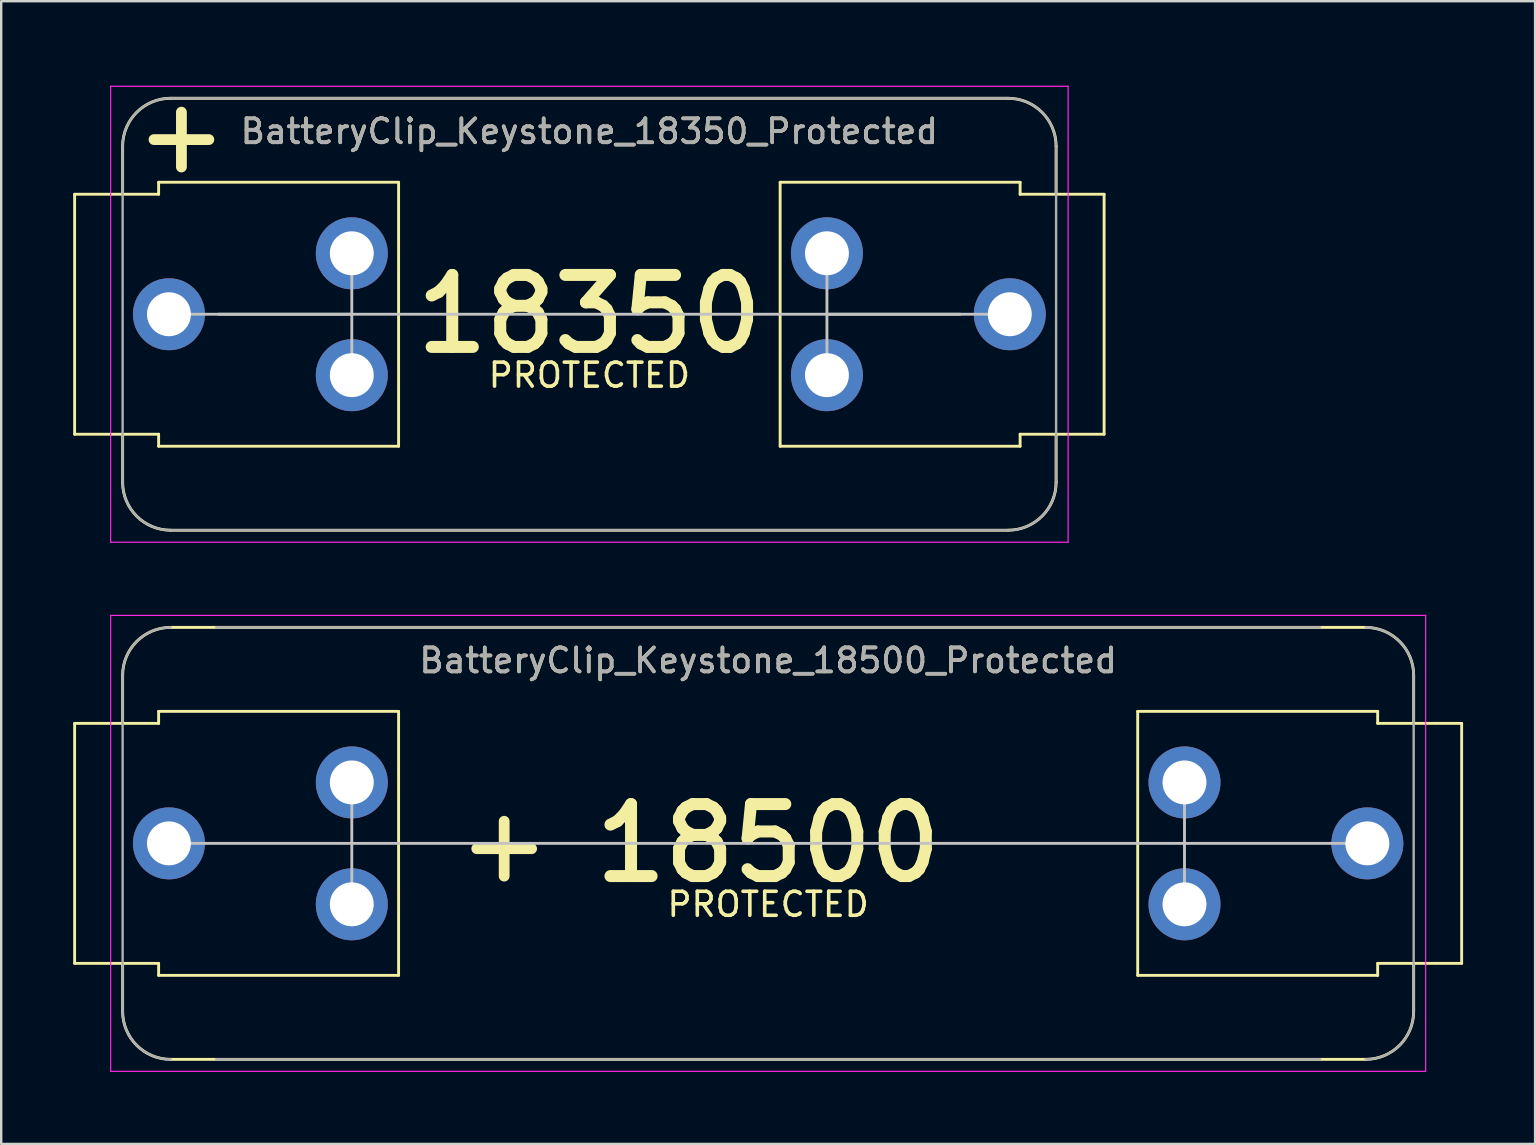
<source format=kicad_pcb>
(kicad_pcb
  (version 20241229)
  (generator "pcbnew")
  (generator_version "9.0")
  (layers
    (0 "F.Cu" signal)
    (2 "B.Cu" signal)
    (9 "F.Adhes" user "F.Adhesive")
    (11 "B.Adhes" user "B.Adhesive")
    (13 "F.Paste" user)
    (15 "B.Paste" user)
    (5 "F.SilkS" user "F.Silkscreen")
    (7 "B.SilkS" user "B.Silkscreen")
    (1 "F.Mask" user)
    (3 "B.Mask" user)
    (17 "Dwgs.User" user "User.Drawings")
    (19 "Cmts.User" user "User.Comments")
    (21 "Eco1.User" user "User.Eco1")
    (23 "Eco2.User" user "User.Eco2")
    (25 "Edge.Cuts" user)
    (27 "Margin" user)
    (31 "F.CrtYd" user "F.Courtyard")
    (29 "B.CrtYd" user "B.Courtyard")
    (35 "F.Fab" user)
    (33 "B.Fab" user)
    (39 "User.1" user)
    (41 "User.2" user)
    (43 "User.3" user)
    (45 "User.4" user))
  (footprint "BatteryClip_Keystone_18350_Protected"
    (layer "F.Cu")
    (at 21.51 10.045)
    (property "Reference" "BatteryClip_Keystone_18350_Protected" (at 0 -7.62 0) (unlocked yes) (layer "F.SilkS") (effects (font (size 1 1) (thickness 0.15))))
    (attr through_hole)
    (fp_line (start -21.45 -5) (end -17.95 -5) (stroke (width 0.12) (type solid)) (layer "F.SilkS"))
    (fp_line (start -21.45 5) (end -21.45 -5) (stroke (width 0.12) (type solid)) (layer "F.SilkS"))
    (fp_line (start -21.45 5) (end -17.95 5) (stroke (width 0.12) (type solid)) (layer "F.SilkS"))
    (fp_line (start -19.45 -5) (end -19.45 -7) (stroke (width 0.12) (type solid)) (layer "F.SilkS"))
    (fp_line (start -19.45 5) (end -19.45 7) (stroke (width 0.12) (type solid)) (layer "F.SilkS"))
    (fp_line (start -17.95 -5.5) (end -7.95 -5.5) (stroke (width 0.12) (type solid)) (layer "F.SilkS"))
    (fp_line (start -17.95 -5) (end -17.95 -5.5) (stroke (width 0.12) (type solid)) (layer "F.SilkS"))
    (fp_line (start -17.95 5) (end -17.95 5.5) (stroke (width 0.12) (type solid)) (layer "F.SilkS"))
    (fp_line (start -17.45 -9) (end 17.45 -9) (stroke (width 0.12) (type solid)) (layer "F.SilkS"))
    (fp_line (start -17.45 9) (end 17.45 9) (stroke (width 0.12) (type solid)) (layer "F.SilkS"))
    (fp_line (start -7.95 -5.5) (end -7.95 5.5) (stroke (width 0.12) (type solid)) (layer "F.SilkS"))
    (fp_line (start -7.95 5.5) (end -17.95 5.5) (stroke (width 0.12) (type solid)) (layer "F.SilkS"))
    (fp_line (start 7.95 -5.5) (end 17.95 -5.5) (stroke (width 0.12) (type solid)) (layer "F.SilkS"))
    (fp_line (start 7.95 5.5) (end 7.95 -5.5) (stroke (width 0.12) (type solid)) (layer "F.SilkS"))
    (fp_line (start 7.95 5.5) (end 17.95 5.5) (stroke (width 0.12) (type solid)) (layer "F.SilkS"))
    (fp_line (start 17.95 -5) (end 17.95 -5.5) (stroke (width 0.12) (type solid)) (layer "F.SilkS"))
    (fp_line (start 17.95 5) (end 17.95 5.5) (stroke (width 0.12) (type solid)) (layer "F.SilkS"))
    (fp_line (start 19.45 -5) (end 19.45 -7) (stroke (width 0.12) (type solid)) (layer "F.SilkS"))
    (fp_line (start 19.45 5) (end 19.45 7) (stroke (width 0.12) (type solid)) (layer "F.SilkS"))
    (fp_line (start 21.45 -5) (end 17.95 -5) (stroke (width 0.12) (type solid)) (layer "F.SilkS"))
    (fp_line (start 21.45 -5) (end 21.45 5) (stroke (width 0.12) (type solid)) (layer "F.SilkS"))
    (fp_line (start 21.45 5) (end 17.95 5) (stroke (width 0.12) (type solid)) (layer "F.SilkS"))
    (fp_arc (start -19.45 -7) (mid -18.864214 -8.414214) (end -17.45 -9) (stroke (width 0.12) (type solid)) (layer "F.SilkS"))
    (fp_arc (start -17.45 9) (mid -18.864214 8.414214) (end -19.45 7) (stroke (width 0.12) (type solid)) (layer "F.SilkS"))
    (fp_arc (start 17.45 -9) (mid 18.864214 -8.414214) (end 19.45 -7) (stroke (width 0.12) (type solid)) (layer "F.SilkS"))
    (fp_arc (start 19.45 7) (mid 18.864214 8.414214) (end 17.45 9) (stroke (width 0.12) (type solid)) (layer "F.SilkS"))
    (fp_line (start -15.45 0) (end 15.45 0) (stroke (width 0.12) (type solid)) (layer "Dwgs.User"))
    (fp_line (start -9.9 0) (end -17.52 0) (stroke (width 0.12) (type solid)) (layer "Dwgs.User"))
    (fp_line (start -9.9 2.54) (end -9.9 -2.54) (stroke (width 0.12) (type solid)) (layer "Dwgs.User"))
    (fp_line (start 9.9 0) (end 17.52 0) (stroke (width 0.12) (type solid)) (layer "Dwgs.User"))
    (fp_line (start 9.9 2.54) (end 9.9 -2.54) (stroke (width 0.12) (type solid)) (layer "Dwgs.User"))
    (fp_line (start -19.95 -9.5) (end 19.95 -9.5) (stroke (width 0.05) (type solid)) (layer "F.CrtYd"))
    (fp_line (start -19.95 9.5) (end -19.95 -9.5) (stroke (width 0.05) (type solid)) (layer "F.CrtYd"))
    (fp_line (start 19.95 -9.5) (end 19.95 9.5) (stroke (width 0.05) (type solid)) (layer "F.CrtYd"))
    (fp_line (start 19.95 9.5) (end -19.95 9.5) (stroke (width 0.05) (type solid)) (layer "F.CrtYd"))
    (fp_line (start -19.45 7) (end -19.45 -7) (stroke (width 0.1) (type solid)) (layer "F.Fab"))
    (fp_line (start -17.45 -9) (end 17.45 -9) (stroke (width 0.1) (type solid)) (layer "F.Fab"))
    (fp_line (start 17.45 9) (end -17.45 9) (stroke (width 0.1) (type solid)) (layer "F.Fab"))
    (fp_line (start 19.45 -7) (end 19.45 7) (stroke (width 0.1) (type solid)) (layer "F.Fab"))
    (fp_arc (start -19.45 -7) (mid -18.864214 -8.414214) (end -17.45 -9) (stroke (width 0.1) (type solid)) (layer "F.Fab"))
    (fp_arc (start -17.45 9) (mid -18.864214 8.414214) (end -19.45 7) (stroke (width 0.1) (type solid)) (layer "F.Fab"))
    (fp_arc (start 17.45 -9) (mid 18.864214 -8.414214) (end 19.45 -7) (stroke (width 0.1) (type solid)) (layer "F.Fab"))
    (fp_arc (start 19.45 7) (mid 18.864214 8.414214) (end 17.45 9) (stroke (width 0.1) (type solid)) (layer "F.Fab"))
    (fp_text user "+" (at -17 -7.5 0) (layer "F.SilkS") (effects (font (size 3 3) (thickness 0.45))))
    (fp_text user "18350" (at 0 0 0) (unlocked yes) (layer "F.SilkS") (effects (font (size 3 3) (thickness 0.5))))
    (fp_text user "PROTECTED" (at 0 2.54 0) (unlocked yes) (layer "F.SilkS") (effects (font (size 1 1) (thickness 0.15))))
    (fp_text user "${REFERENCE}" (at 0 -7.62 0) (unlocked yes) (layer "F.Fab") (effects (font (size 1 1) (thickness 0.15))))
    (pad "1" thru_hole circle (at -17.52 0) (size 3 3) (drill 1.83) (layers "*.Cu" "*.Mask"))
    (pad "1" thru_hole circle (at -9.9 -2.54) (size 3 3) (drill 1.83) (layers "*.Cu" "*.Mask"))
    (pad "1" thru_hole circle (at -9.9 2.54) (size 3 3) (drill 1.83) (layers "*.Cu" "*.Mask"))
    (pad "2" thru_hole circle (at 9.9 -2.54) (size 3 3) (drill 1.83) (layers "*.Cu" "*.Mask"))
    (pad "2" thru_hole circle (at 9.9 2.54) (size 3 3) (drill 1.83) (layers "*.Cu" "*.Mask"))
    (pad "2" thru_hole circle (at 17.52 0) (size 3 3) (drill 1.83) (layers "*.Cu" "*.Mask")))
  (footprint "BatteryClip_Keystone_18500_Protected"
    (layer "F.Cu")
    (at 28.96 32.095)
    (property "Reference" "BatteryClip_Keystone_18500_Protected" (at 0 -7.62 0) (unlocked yes) (layer "F.SilkS") (effects (font (size 1 1) (thickness 0.15))))
    (attr through_hole)
    (fp_line (start -28.9 -5) (end -25.4 -5) (stroke (width 0.12) (type solid)) (layer "F.SilkS"))
    (fp_line (start -28.9 5) (end -28.9 -5) (stroke (width 0.12) (type solid)) (layer "F.SilkS"))
    (fp_line (start -28.9 5) (end -25.4 5) (stroke (width 0.12) (type solid)) (layer "F.SilkS"))
    (fp_line (start -26.9 -5) (end -26.9 -7) (stroke (width 0.12) (type solid)) (layer "F.SilkS"))
    (fp_line (start -26.9 5) (end -26.9 7) (stroke (width 0.12) (type solid)) (layer "F.SilkS"))
    (fp_line (start -25.4 -5.5) (end -15.4 -5.5) (stroke (width 0.12) (type solid)) (layer "F.SilkS"))
    (fp_line (start -25.4 -5) (end -25.4 -5.5) (stroke (width 0.12) (type solid)) (layer "F.SilkS"))
    (fp_line (start -25.4 5) (end -25.4 5.5) (stroke (width 0.12) (type solid)) (layer "F.SilkS"))
    (fp_line (start -24.9 -9) (end 24.9 -9) (stroke (width 0.12) (type solid)) (layer "F.SilkS"))
    (fp_line (start -24.9 9) (end 24.9 9) (stroke (width 0.12) (type solid)) (layer "F.SilkS"))
    (fp_line (start -15.4 -5.5) (end -15.4 5.5) (stroke (width 0.12) (type solid)) (layer "F.SilkS"))
    (fp_line (start -15.4 5.5) (end -25.4 5.5) (stroke (width 0.12) (type solid)) (layer "F.SilkS"))
    (fp_line (start 15.4 -5.5) (end 25.4 -5.5) (stroke (width 0.12) (type solid)) (layer "F.SilkS"))
    (fp_line (start 15.4 5.5) (end 15.4 -5.5) (stroke (width 0.12) (type solid)) (layer "F.SilkS"))
    (fp_line (start 15.4 5.5) (end 25.4 5.5) (stroke (width 0.12) (type solid)) (layer "F.SilkS"))
    (fp_line (start 25.4 -5) (end 25.4 -5.5) (stroke (width 0.12) (type solid)) (layer "F.SilkS"))
    (fp_line (start 25.4 5) (end 25.4 5.5) (stroke (width 0.12) (type solid)) (layer "F.SilkS"))
    (fp_line (start 26.9 -5) (end 26.9 -7) (stroke (width 0.12) (type solid)) (layer "F.SilkS"))
    (fp_line (start 26.9 5) (end 26.9 7) (stroke (width 0.12) (type solid)) (layer "F.SilkS"))
    (fp_line (start 28.9 -5) (end 25.4 -5) (stroke (width 0.12) (type solid)) (layer "F.SilkS"))
    (fp_line (start 28.9 -5) (end 28.9 5) (stroke (width 0.12) (type solid)) (layer "F.SilkS"))
    (fp_line (start 28.9 5) (end 25.4 5) (stroke (width 0.12) (type solid)) (layer "F.SilkS"))
    (fp_arc (start -26.9 -7) (mid -26.314214 -8.414214) (end -24.9 -9) (stroke (width 0.12) (type solid)) (layer "F.SilkS"))
    (fp_arc (start -24.9 9) (mid -26.314214 8.414214) (end -26.9 7) (stroke (width 0.12) (type solid)) (layer "F.SilkS"))
    (fp_arc (start 24.9 -9) (mid 26.314214 -8.414214) (end 26.9 -7) (stroke (width 0.12) (type solid)) (layer "F.SilkS"))
    (fp_arc (start 26.9 7) (mid 26.314214 8.414214) (end 24.9 9) (stroke (width 0.12) (type solid)) (layer "F.SilkS"))
    (fp_line (start -17.35 0) (end -24.97 0) (stroke (width 0.12) (type solid)) (layer "Dwgs.User"))
    (fp_line (start -17.35 0) (end 17.35 0) (stroke (width 0.12) (type solid)) (layer "Dwgs.User"))
    (fp_line (start -17.35 2.54) (end -17.35 -2.54) (stroke (width 0.12) (type solid)) (layer "Dwgs.User"))
    (fp_line (start 17.35 0) (end 24.97 0) (stroke (width 0.12) (type solid)) (layer "Dwgs.User"))
    (fp_line (start 17.35 2.54) (end 17.35 -2.54) (stroke (width 0.12) (type solid)) (layer "Dwgs.User"))
    (fp_line (start -27.4 -9.5) (end 27.4 -9.5) (stroke (width 0.05) (type solid)) (layer "F.CrtYd"))
    (fp_line (start -27.4 9.5) (end -27.4 -9.5) (stroke (width 0.05) (type solid)) (layer "F.CrtYd"))
    (fp_line (start 27.4 -9.5) (end 27.4 9.5) (stroke (width 0.05) (type solid)) (layer "F.CrtYd"))
    (fp_line (start 27.4 9.5) (end -27.4 9.5) (stroke (width 0.05) (type solid)) (layer "F.CrtYd"))
    (fp_line (start -26.9 7) (end -26.9 -7) (stroke (width 0.1) (type solid)) (layer "F.Fab"))
    (fp_line (start -23 -9) (end 23 -9) (stroke (width 0.1) (type solid)) (layer "F.Fab"))
    (fp_line (start 23 9) (end -23 9) (stroke (width 0.1) (type solid)) (layer "F.Fab"))
    (fp_line (start 26.9 -7) (end 26.9 7) (stroke (width 0.1) (type solid)) (layer "F.Fab"))
    (fp_arc (start -26.9 -7) (mid -26.314214 -8.414214) (end -24.9 -9) (stroke (width 0.1) (type solid)) (layer "F.Fab"))
    (fp_arc (start -24.9 9) (mid -26.314214 8.414214) (end -26.9 7) (stroke (width 0.1) (type solid)) (layer "F.Fab"))
    (fp_arc (start 24.9 -9) (mid 26.314214 -8.414214) (end 26.9 -7) (stroke (width 0.1) (type solid)) (layer "F.Fab"))
    (fp_arc (start 26.9 7) (mid 26.314214 8.414214) (end 24.9 9) (stroke (width 0.1) (type solid)) (layer "F.Fab"))
    (fp_text user "18500" (at 0 0 0) (unlocked yes) (layer "F.SilkS") (effects (font (size 3 3) (thickness 0.5))))
    (fp_text user "PROTECTED" (at 0 2.54 0) (unlocked yes) (layer "F.SilkS") (effects (font (size 1 1) (thickness 0.15))))
    (fp_text user "+" (at -11 0 0) (layer "F.SilkS") (effects (font (size 3 3) (thickness 0.45))))
    (fp_text user "${REFERENCE}" (at 0 -7.62 0) (unlocked yes) (layer "F.Fab") (effects (font (size 1 1) (thickness 0.15))))
    (pad "1" thru_hole circle (at -24.97 0) (size 3 3) (drill 1.83) (layers "*.Cu" "*.Mask"))
    (pad "1" thru_hole circle (at -17.35 -2.54) (size 3 3) (drill 1.83) (layers "*.Cu" "*.Mask"))
    (pad "1" thru_hole circle (at -17.35 2.54) (size 3 3) (drill 1.83) (layers "*.Cu" "*.Mask"))
    (pad "2" thru_hole circle (at 17.35 -2.54) (size 3 3) (drill 1.83) (layers "*.Cu" "*.Mask"))
    (pad "2" thru_hole circle (at 17.35 2.54) (size 3 3) (drill 1.83) (layers "*.Cu" "*.Mask"))
    (pad "2" thru_hole circle (at 24.97 0) (size 3 3) (drill 1.83) (layers "*.Cu" "*.Mask")))
  (gr_rect
    (start -3 -3)
    (end 60.92 44.62)
    (stroke (width 0.1) (type default))
    (fill no)
    (layer "Edge.Cuts")))
</source>
